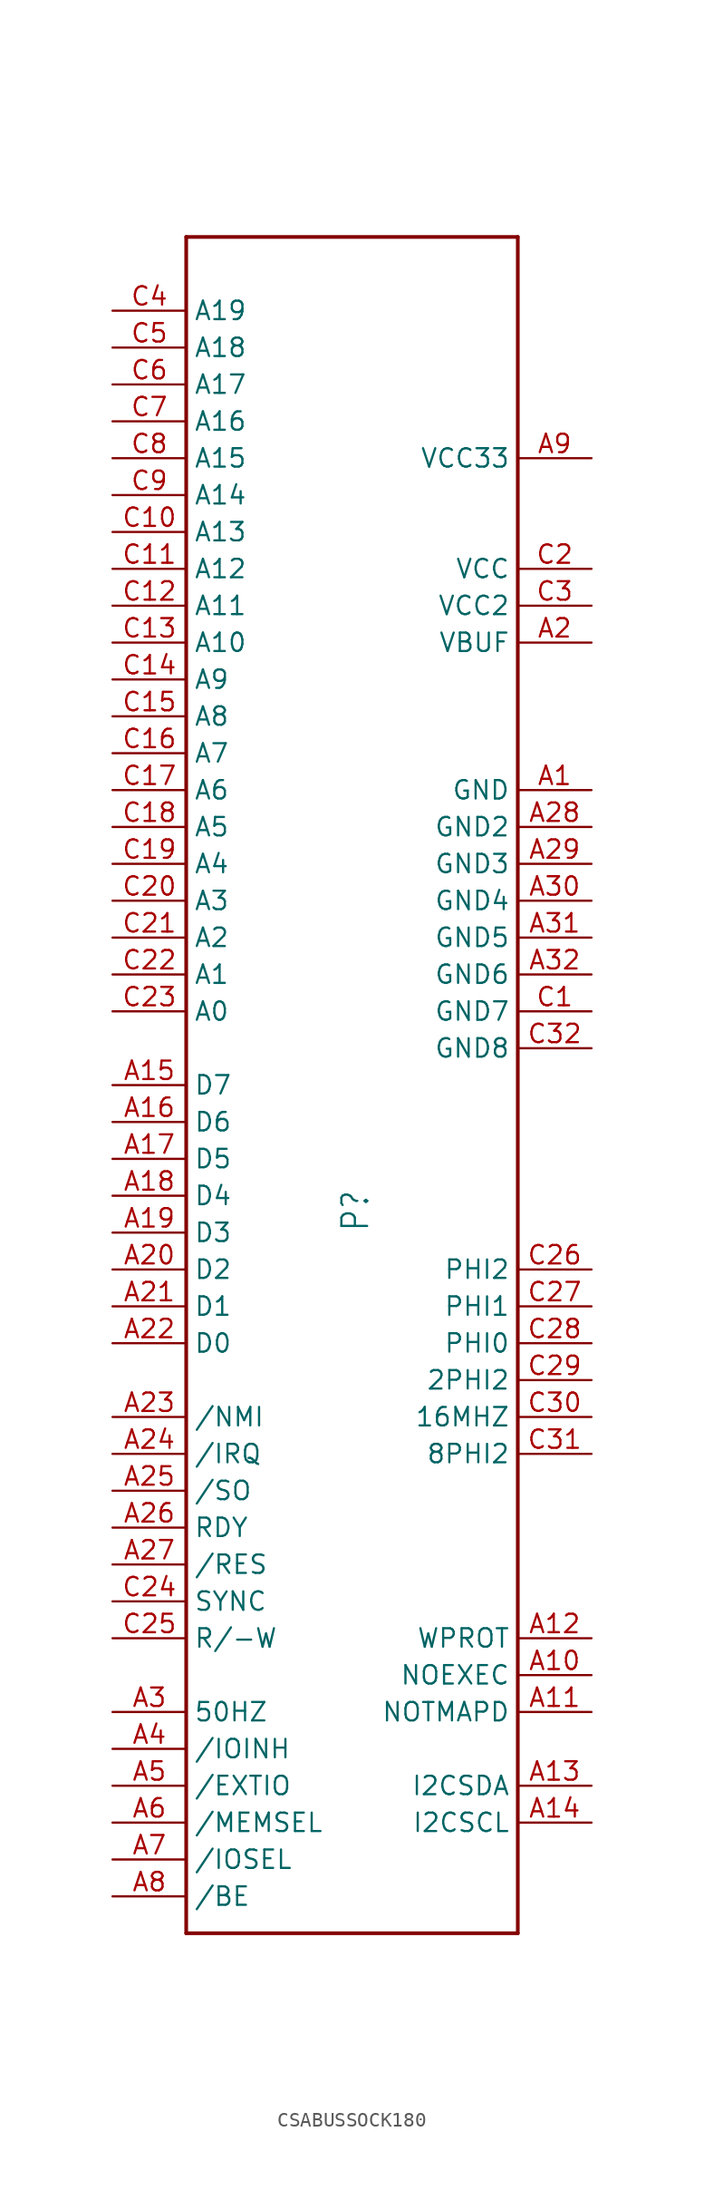
<source format=kicad_sym>
(kicad_symbol_lib
  (version 20220914)
  (generator kicad_symbol_editor)
  (symbol "CSABUSSOCK180"
    (property "Reference" "P"
      (at 5.08 -10.16 90)
      (effects (font (size 1.778 1.511)) (justify left bottom)))
    (property "Value" ""
      (at 0 58.42 0)
      (effects (font (size 1.778 1.511)) (justify left bottom)))
    (property "ki_locked" ""
      (at 0 0 0)
      (effects (font (size 1.27 1.27))))
    (symbol "CSABUSSOCK180_1_0"
      (polyline (pts (xy -7.62 -58.42) (xy 15.24 -58.42)) (stroke (width 0.254) (type solid)) (fill (type none)))
      (polyline (pts (xy -7.62 58.42) (xy -7.62 -58.42)) (stroke (width 0.254) (type solid)) (fill (type none)))
      (polyline (pts (xy 15.24 -58.42) (xy 15.24 58.42)) (stroke (width 0.254) (type solid)) (fill (type none)))
      (polyline (pts (xy 15.24 58.42) (xy -7.62 58.42)) (stroke (width 0.254) (type solid)) (fill (type none)))
      (pin bidirectional line (at 20.32 20.32 180) (length 5.08) (name "GND" (effects (font (size 1.27 1.27)))) (number "A1" (effects (font (size 1.27 1.27)))))
      (pin bidirectional line (at 20.32 -40.64 180) (length 5.08) (name "NOEXEC" (effects (font (size 1.27 1.27)))) (number "A10" (effects (font (size 1.27 1.27)))))
      (pin bidirectional line (at 20.32 -43.18 180) (length 5.08) (name "NOTMAPD" (effects (font (size 1.27 1.27)))) (number "A11" (effects (font (size 1.27 1.27)))))
      (pin bidirectional line (at 20.32 -38.1 180) (length 5.08) (name "WPROT" (effects (font (size 1.27 1.27)))) (number "A12" (effects (font (size 1.27 1.27)))))
      (pin bidirectional line (at 20.32 -48.26 180) (length 5.08) (name "I2CSDA" (effects (font (size 1.27 1.27)))) (number "A13" (effects (font (size 1.27 1.27)))))
      (pin bidirectional line (at 20.32 -50.8 180) (length 5.08) (name "I2CSCL" (effects (font (size 1.27 1.27)))) (number "A14" (effects (font (size 1.27 1.27)))))
      (pin bidirectional line (at -12.7 0 0) (length 5.08) (name "D7" (effects (font (size 1.27 1.27)))) (number "A15" (effects (font (size 1.27 1.27)))))
      (pin bidirectional line (at -12.7 -2.54 0) (length 5.08) (name "D6" (effects (font (size 1.27 1.27)))) (number "A16" (effects (font (size 1.27 1.27)))))
      (pin bidirectional line (at -12.7 -5.08 0) (length 5.08) (name "D5" (effects (font (size 1.27 1.27)))) (number "A17" (effects (font (size 1.27 1.27)))))
      (pin bidirectional line (at -12.7 -7.62 0) (length 5.08) (name "D4" (effects (font (size 1.27 1.27)))) (number "A18" (effects (font (size 1.27 1.27)))))
      (pin bidirectional line (at -12.7 -10.16 0) (length 5.08) (name "D3" (effects (font (size 1.27 1.27)))) (number "A19" (effects (font (size 1.27 1.27)))))
      (pin bidirectional line (at 20.32 30.48 180) (length 5.08) (name "VBUF" (effects (font (size 1.27 1.27)))) (number "A2" (effects (font (size 1.27 1.27)))))
      (pin bidirectional line (at -12.7 -12.7 0) (length 5.08) (name "D2" (effects (font (size 1.27 1.27)))) (number "A20" (effects (font (size 1.27 1.27)))))
      (pin bidirectional line (at -12.7 -15.24 0) (length 5.08) (name "D1" (effects (font (size 1.27 1.27)))) (number "A21" (effects (font (size 1.27 1.27)))))
      (pin bidirectional line (at -12.7 -17.78 0) (length 5.08) (name "D0" (effects (font (size 1.27 1.27)))) (number "A22" (effects (font (size 1.27 1.27)))))
      (pin bidirectional line (at -12.7 -22.86 0) (length 5.08) (name "/NMI" (effects (font (size 1.27 1.27)))) (number "A23" (effects (font (size 1.27 1.27)))))
      (pin bidirectional line (at -12.7 -25.4 0) (length 5.08) (name "/IRQ" (effects (font (size 1.27 1.27)))) (number "A24" (effects (font (size 1.27 1.27)))))
      (pin bidirectional line (at -12.7 -27.94 0) (length 5.08) (name "/SO" (effects (font (size 1.27 1.27)))) (number "A25" (effects (font (size 1.27 1.27)))))
      (pin bidirectional line (at -12.7 -30.48 0) (length 5.08) (name "RDY" (effects (font (size 1.27 1.27)))) (number "A26" (effects (font (size 1.27 1.27)))))
      (pin bidirectional line (at -12.7 -33.02 0) (length 5.08) (name "/RES" (effects (font (size 1.27 1.27)))) (number "A27" (effects (font (size 1.27 1.27)))))
      (pin bidirectional line (at 20.32 17.78 180) (length 5.08) (name "GND2" (effects (font (size 1.27 1.27)))) (number "A28" (effects (font (size 1.27 1.27)))))
      (pin bidirectional line (at 20.32 15.24 180) (length 5.08) (name "GND3" (effects (font (size 1.27 1.27)))) (number "A29" (effects (font (size 1.27 1.27)))))
      (pin bidirectional line (at -12.7 -43.18 0) (length 5.08) (name "50HZ" (effects (font (size 1.27 1.27)))) (number "A3" (effects (font (size 1.27 1.27)))))
      (pin bidirectional line (at 20.32 12.7 180) (length 5.08) (name "GND4" (effects (font (size 1.27 1.27)))) (number "A30" (effects (font (size 1.27 1.27)))))
      (pin bidirectional line (at 20.32 10.16 180) (length 5.08) (name "GND5" (effects (font (size 1.27 1.27)))) (number "A31" (effects (font (size 1.27 1.27)))))
      (pin bidirectional line (at 20.32 7.62 180) (length 5.08) (name "GND6" (effects (font (size 1.27 1.27)))) (number "A32" (effects (font (size 1.27 1.27)))))
      (pin bidirectional line (at -12.7 -45.72 0) (length 5.08) (name "/IOINH" (effects (font (size 1.27 1.27)))) (number "A4" (effects (font (size 1.27 1.27)))))
      (pin bidirectional line (at -12.7 -48.26 0) (length 5.08) (name "/EXTIO" (effects (font (size 1.27 1.27)))) (number "A5" (effects (font (size 1.27 1.27)))))
      (pin bidirectional line (at -12.7 -50.8 0) (length 5.08) (name "/MEMSEL" (effects (font (size 1.27 1.27)))) (number "A6" (effects (font (size 1.27 1.27)))))
      (pin bidirectional line (at -12.7 -53.34 0) (length 5.08) (name "/IOSEL" (effects (font (size 1.27 1.27)))) (number "A7" (effects (font (size 1.27 1.27)))))
      (pin bidirectional line (at -12.7 -55.88 0) (length 5.08) (name "/BE" (effects (font (size 1.27 1.27)))) (number "A8" (effects (font (size 1.27 1.27)))))
      (pin bidirectional line (at 20.32 43.18 180) (length 5.08) (name "VCC33" (effects (font (size 1.27 1.27)))) (number "A9" (effects (font (size 1.27 1.27)))))
      (pin bidirectional line (at 20.32 5.08 180) (length 5.08) (name "GND7" (effects (font (size 1.27 1.27)))) (number "C1" (effects (font (size 1.27 1.27)))))
      (pin bidirectional line (at -12.7 38.1 0) (length 5.08) (name "A13" (effects (font (size 1.27 1.27)))) (number "C10" (effects (font (size 1.27 1.27)))))
      (pin bidirectional line (at -12.7 35.56 0) (length 5.08) (name "A12" (effects (font (size 1.27 1.27)))) (number "C11" (effects (font (size 1.27 1.27)))))
      (pin bidirectional line (at -12.7 33.02 0) (length 5.08) (name "A11" (effects (font (size 1.27 1.27)))) (number "C12" (effects (font (size 1.27 1.27)))))
      (pin bidirectional line (at -12.7 30.48 0) (length 5.08) (name "A10" (effects (font (size 1.27 1.27)))) (number "C13" (effects (font (size 1.27 1.27)))))
      (pin bidirectional line (at -12.7 27.94 0) (length 5.08) (name "A9" (effects (font (size 1.27 1.27)))) (number "C14" (effects (font (size 1.27 1.27)))))
      (pin bidirectional line (at -12.7 25.4 0) (length 5.08) (name "A8" (effects (font (size 1.27 1.27)))) (number "C15" (effects (font (size 1.27 1.27)))))
      (pin bidirectional line (at -12.7 22.86 0) (length 5.08) (name "A7" (effects (font (size 1.27 1.27)))) (number "C16" (effects (font (size 1.27 1.27)))))
      (pin bidirectional line (at -12.7 20.32 0) (length 5.08) (name "A6" (effects (font (size 1.27 1.27)))) (number "C17" (effects (font (size 1.27 1.27)))))
      (pin bidirectional line (at -12.7 17.78 0) (length 5.08) (name "A5" (effects (font (size 1.27 1.27)))) (number "C18" (effects (font (size 1.27 1.27)))))
      (pin bidirectional line (at -12.7 15.24 0) (length 5.08) (name "A4" (effects (font (size 1.27 1.27)))) (number "C19" (effects (font (size 1.27 1.27)))))
      (pin bidirectional line (at 20.32 35.56 180) (length 5.08) (name "VCC" (effects (font (size 1.27 1.27)))) (number "C2" (effects (font (size 1.27 1.27)))))
      (pin bidirectional line (at -12.7 12.7 0) (length 5.08) (name "A3" (effects (font (size 1.27 1.27)))) (number "C20" (effects (font (size 1.27 1.27)))))
      (pin bidirectional line (at -12.7 10.16 0) (length 5.08) (name "A2" (effects (font (size 1.27 1.27)))) (number "C21" (effects (font (size 1.27 1.27)))))
      (pin bidirectional line (at -12.7 7.62 0) (length 5.08) (name "A1" (effects (font (size 1.27 1.27)))) (number "C22" (effects (font (size 1.27 1.27)))))
      (pin bidirectional line (at -12.7 5.08 0) (length 5.08) (name "A0" (effects (font (size 1.27 1.27)))) (number "C23" (effects (font (size 1.27 1.27)))))
      (pin bidirectional line (at -12.7 -35.56 0) (length 5.08) (name "SYNC" (effects (font (size 1.27 1.27)))) (number "C24" (effects (font (size 1.27 1.27)))))
      (pin bidirectional line (at -12.7 -38.1 0) (length 5.08) (name "R/-W" (effects (font (size 1.27 1.27)))) (number "C25" (effects (font (size 1.27 1.27)))))
      (pin bidirectional line (at 20.32 -12.7 180) (length 5.08) (name "PHI2" (effects (font (size 1.27 1.27)))) (number "C26" (effects (font (size 1.27 1.27)))))
      (pin bidirectional line (at 20.32 -15.24 180) (length 5.08) (name "PHI1" (effects (font (size 1.27 1.27)))) (number "C27" (effects (font (size 1.27 1.27)))))
      (pin bidirectional line (at 20.32 -17.78 180) (length 5.08) (name "PHI0" (effects (font (size 1.27 1.27)))) (number "C28" (effects (font (size 1.27 1.27)))))
      (pin bidirectional line (at 20.32 -20.32 180) (length 5.08) (name "2PHI2" (effects (font (size 1.27 1.27)))) (number "C29" (effects (font (size 1.27 1.27)))))
      (pin bidirectional line (at 20.32 33.02 180) (length 5.08) (name "VCC2" (effects (font (size 1.27 1.27)))) (number "C3" (effects (font (size 1.27 1.27)))))
      (pin bidirectional line (at 20.32 -22.86 180) (length 5.08) (name "16MHZ" (effects (font (size 1.27 1.27)))) (number "C30" (effects (font (size 1.27 1.27)))))
      (pin bidirectional line (at 20.32 -25.4 180) (length 5.08) (name "8PHI2" (effects (font (size 1.27 1.27)))) (number "C31" (effects (font (size 1.27 1.27)))))
      (pin bidirectional line (at 20.32 2.54 180) (length 5.08) (name "GND8" (effects (font (size 1.27 1.27)))) (number "C32" (effects (font (size 1.27 1.27)))))
      (pin bidirectional line (at -12.7 53.34 0) (length 5.08) (name "A19" (effects (font (size 1.27 1.27)))) (number "C4" (effects (font (size 1.27 1.27)))))
      (pin bidirectional line (at -12.7 50.8 0) (length 5.08) (name "A18" (effects (font (size 1.27 1.27)))) (number "C5" (effects (font (size 1.27 1.27)))))
      (pin bidirectional line (at -12.7 48.26 0) (length 5.08) (name "A17" (effects (font (size 1.27 1.27)))) (number "C6" (effects (font (size 1.27 1.27)))))
      (pin bidirectional line (at -12.7 45.72 0) (length 5.08) (name "A16" (effects (font (size 1.27 1.27)))) (number "C7" (effects (font (size 1.27 1.27)))))
      (pin bidirectional line (at -12.7 43.18 0) (length 5.08) (name "A15" (effects (font (size 1.27 1.27)))) (number "C8" (effects (font (size 1.27 1.27)))))
      (pin bidirectional line (at -12.7 40.64 0) (length 5.08) (name "A14" (effects (font (size 1.27 1.27)))) (number "C9" (effects (font (size 1.27 1.27))))))))
</source>
